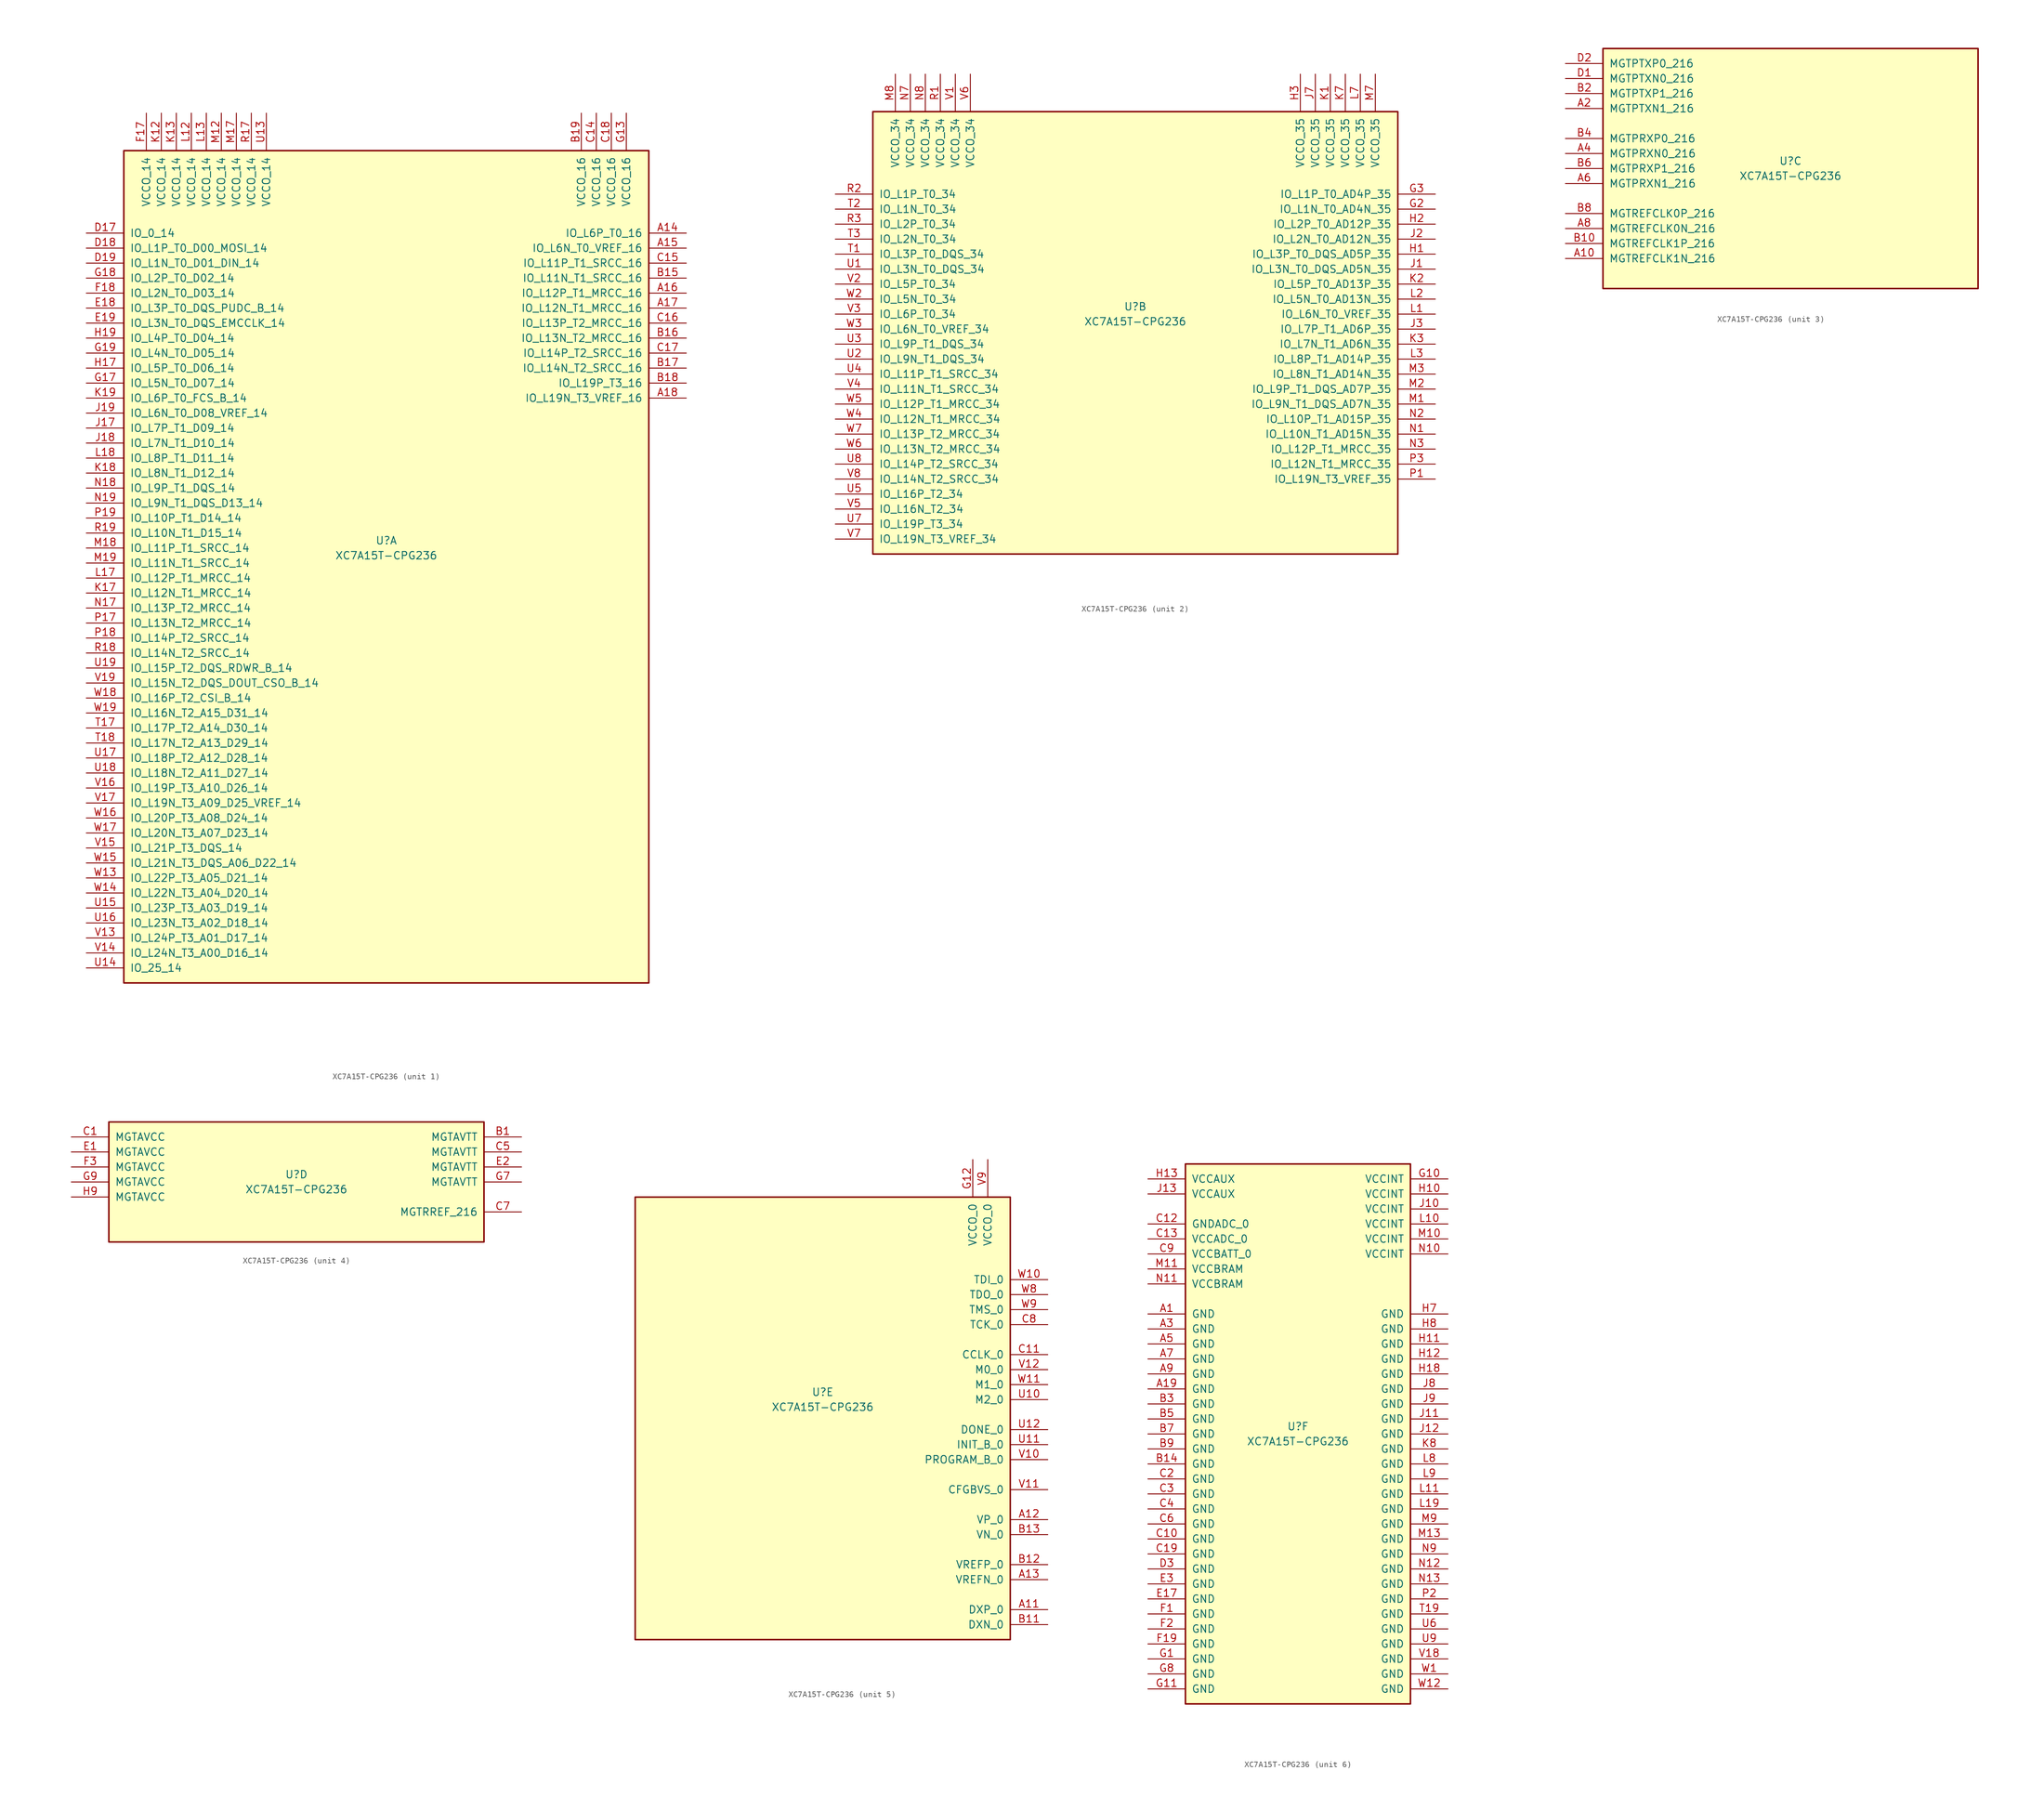
<source format=kicad_sym>
(kicad_symbol_lib
  (version 20201005)
  (generator kicad_symbol_editor)
  (symbol "FPGA_Xilinx_Artix7:XC7A15T-CPG236"
    (pin_names
      (offset 1.016))
    (property "Reference" "U"
      (at 0 1.27 0)
      (effects (font (size 1.27 1.27))))
    (property "Value" "XC7A15T-CPG236"
      (at 0 -1.27 0)
      (effects (font (size 1.27 1.27))))
    (property "Datasheet" ""
      (at 0 0 0)
      (effects (font (size 1.27 1.27))))
    (property "ki_locked" ""
      (at 0 0 0)
      (effects (font (size 1.27 1.27))))
    (symbol "XC7A15T-CPG236_1_1"
      (rectangle (start -44.45 67.31) (end 44.45 -73.66) (stroke (width 0.254)) (fill (type background)))
      (pin power_in line (at -40.64 73.66 270) (length 6.35) (name "VCCO_14" (effects (font (size 1.27 1.27)))) (number "F17" (effects (font (size 1.27 1.27)))))
      (pin power_in line (at -38.1 73.66 270) (length 6.35) (name "VCCO_14" (effects (font (size 1.27 1.27)))) (number "K12" (effects (font (size 1.27 1.27)))))
      (pin power_in line (at -35.56 73.66 270) (length 6.35) (name "VCCO_14" (effects (font (size 1.27 1.27)))) (number "K13" (effects (font (size 1.27 1.27)))))
      (pin power_in line (at -33.02 73.66 270) (length 6.35) (name "VCCO_14" (effects (font (size 1.27 1.27)))) (number "L12" (effects (font (size 1.27 1.27)))))
      (pin power_in line (at -30.48 73.66 270) (length 6.35) (name "VCCO_14" (effects (font (size 1.27 1.27)))) (number "L13" (effects (font (size 1.27 1.27)))))
      (pin power_in line (at -27.94 73.66 270) (length 6.35) (name "VCCO_14" (effects (font (size 1.27 1.27)))) (number "M12" (effects (font (size 1.27 1.27)))))
      (pin power_in line (at -25.4 73.66 270) (length 6.35) (name "VCCO_14" (effects (font (size 1.27 1.27)))) (number "M17" (effects (font (size 1.27 1.27)))))
      (pin power_in line (at -22.86 73.66 270) (length 6.35) (name "VCCO_14" (effects (font (size 1.27 1.27)))) (number "R17" (effects (font (size 1.27 1.27)))))
      (pin power_in line (at -20.32 73.66 270) (length 6.35) (name "VCCO_14" (effects (font (size 1.27 1.27)))) (number "U13" (effects (font (size 1.27 1.27)))))
      (pin bidirectional line (at -50.8 53.34 0) (length 6.35) (name "IO_0_14" (effects (font (size 1.27 1.27)))) (number "D17" (effects (font (size 1.27 1.27)))))
      (pin bidirectional line (at -50.8 50.8 0) (length 6.35) (name "IO_L1P_T0_D00_MOSI_14" (effects (font (size 1.27 1.27)))) (number "D18" (effects (font (size 1.27 1.27)))))
      (pin bidirectional line (at -50.8 48.26 0) (length 6.35) (name "IO_L1N_T0_D01_DIN_14" (effects (font (size 1.27 1.27)))) (number "D19" (effects (font (size 1.27 1.27)))))
      (pin bidirectional line (at -50.8 45.72 0) (length 6.35) (name "IO_L2P_T0_D02_14" (effects (font (size 1.27 1.27)))) (number "G18" (effects (font (size 1.27 1.27)))))
      (pin bidirectional line (at -50.8 43.18 0) (length 6.35) (name "IO_L2N_T0_D03_14" (effects (font (size 1.27 1.27)))) (number "F18" (effects (font (size 1.27 1.27)))))
      (pin bidirectional line (at -50.8 40.64 0) (length 6.35) (name "IO_L3P_T0_DQS_PUDC_B_14" (effects (font (size 1.27 1.27)))) (number "E18" (effects (font (size 1.27 1.27)))))
      (pin bidirectional line (at -50.8 38.1 0) (length 6.35) (name "IO_L3N_T0_DQS_EMCCLK_14" (effects (font (size 1.27 1.27)))) (number "E19" (effects (font (size 1.27 1.27)))))
      (pin bidirectional line (at -50.8 35.56 0) (length 6.35) (name "IO_L4P_T0_D04_14" (effects (font (size 1.27 1.27)))) (number "H19" (effects (font (size 1.27 1.27)))))
      (pin bidirectional line (at -50.8 33.02 0) (length 6.35) (name "IO_L4N_T0_D05_14" (effects (font (size 1.27 1.27)))) (number "G19" (effects (font (size 1.27 1.27)))))
      (pin bidirectional line (at -50.8 30.48 0) (length 6.35) (name "IO_L5P_T0_D06_14" (effects (font (size 1.27 1.27)))) (number "H17" (effects (font (size 1.27 1.27)))))
      (pin bidirectional line (at -50.8 27.94 0) (length 6.35) (name "IO_L5N_T0_D07_14" (effects (font (size 1.27 1.27)))) (number "G17" (effects (font (size 1.27 1.27)))))
      (pin bidirectional line (at -50.8 25.4 0) (length 6.35) (name "IO_L6P_T0_FCS_B_14" (effects (font (size 1.27 1.27)))) (number "K19" (effects (font (size 1.27 1.27)))))
      (pin bidirectional line (at -50.8 22.86 0) (length 6.35) (name "IO_L6N_T0_D08_VREF_14" (effects (font (size 1.27 1.27)))) (number "J19" (effects (font (size 1.27 1.27)))))
      (pin bidirectional line (at -50.8 20.32 0) (length 6.35) (name "IO_L7P_T1_D09_14" (effects (font (size 1.27 1.27)))) (number "J17" (effects (font (size 1.27 1.27)))))
      (pin bidirectional line (at -50.8 17.78 0) (length 6.35) (name "IO_L7N_T1_D10_14" (effects (font (size 1.27 1.27)))) (number "J18" (effects (font (size 1.27 1.27)))))
      (pin bidirectional line (at -50.8 15.24 0) (length 6.35) (name "IO_L8P_T1_D11_14" (effects (font (size 1.27 1.27)))) (number "L18" (effects (font (size 1.27 1.27)))))
      (pin bidirectional line (at -50.8 12.7 0) (length 6.35) (name "IO_L8N_T1_D12_14" (effects (font (size 1.27 1.27)))) (number "K18" (effects (font (size 1.27 1.27)))))
      (pin bidirectional line (at -50.8 10.16 0) (length 6.35) (name "IO_L9P_T1_DQS_14" (effects (font (size 1.27 1.27)))) (number "N18" (effects (font (size 1.27 1.27)))))
      (pin bidirectional line (at -50.8 7.62 0) (length 6.35) (name "IO_L9N_T1_DQS_D13_14" (effects (font (size 1.27 1.27)))) (number "N19" (effects (font (size 1.27 1.27)))))
      (pin bidirectional line (at -50.8 5.08 0) (length 6.35) (name "IO_L10P_T1_D14_14" (effects (font (size 1.27 1.27)))) (number "P19" (effects (font (size 1.27 1.27)))))
      (pin bidirectional line (at -50.8 2.54 0) (length 6.35) (name "IO_L10N_T1_D15_14" (effects (font (size 1.27 1.27)))) (number "R19" (effects (font (size 1.27 1.27)))))
      (pin bidirectional line (at -50.8 0 0) (length 6.35) (name "IO_L11P_T1_SRCC_14" (effects (font (size 1.27 1.27)))) (number "M18" (effects (font (size 1.27 1.27)))))
      (pin bidirectional line (at -50.8 -2.54 0) (length 6.35) (name "IO_L11N_T1_SRCC_14" (effects (font (size 1.27 1.27)))) (number "M19" (effects (font (size 1.27 1.27)))))
      (pin bidirectional line (at -50.8 -5.08 0) (length 6.35) (name "IO_L12P_T1_MRCC_14" (effects (font (size 1.27 1.27)))) (number "L17" (effects (font (size 1.27 1.27)))))
      (pin bidirectional line (at -50.8 -7.62 0) (length 6.35) (name "IO_L12N_T1_MRCC_14" (effects (font (size 1.27 1.27)))) (number "K17" (effects (font (size 1.27 1.27)))))
      (pin bidirectional line (at -50.8 -10.16 0) (length 6.35) (name "IO_L13P_T2_MRCC_14" (effects (font (size 1.27 1.27)))) (number "N17" (effects (font (size 1.27 1.27)))))
      (pin bidirectional line (at -50.8 -12.7 0) (length 6.35) (name "IO_L13N_T2_MRCC_14" (effects (font (size 1.27 1.27)))) (number "P17" (effects (font (size 1.27 1.27)))))
      (pin bidirectional line (at -50.8 -15.24 0) (length 6.35) (name "IO_L14P_T2_SRCC_14" (effects (font (size 1.27 1.27)))) (number "P18" (effects (font (size 1.27 1.27)))))
      (pin bidirectional line (at -50.8 -17.78 0) (length 6.35) (name "IO_L14N_T2_SRCC_14" (effects (font (size 1.27 1.27)))) (number "R18" (effects (font (size 1.27 1.27)))))
      (pin bidirectional line (at -50.8 -20.32 0) (length 6.35) (name "IO_L15P_T2_DQS_RDWR_B_14" (effects (font (size 1.27 1.27)))) (number "U19" (effects (font (size 1.27 1.27)))))
      (pin bidirectional line (at -50.8 -22.86 0) (length 6.35) (name "IO_L15N_T2_DQS_DOUT_CSO_B_14" (effects (font (size 1.27 1.27)))) (number "V19" (effects (font (size 1.27 1.27)))))
      (pin bidirectional line (at -50.8 -25.4 0) (length 6.35) (name "IO_L16P_T2_CSI_B_14" (effects (font (size 1.27 1.27)))) (number "W18" (effects (font (size 1.27 1.27)))))
      (pin bidirectional line (at -50.8 -27.94 0) (length 6.35) (name "IO_L16N_T2_A15_D31_14" (effects (font (size 1.27 1.27)))) (number "W19" (effects (font (size 1.27 1.27)))))
      (pin bidirectional line (at -50.8 -30.48 0) (length 6.35) (name "IO_L17P_T2_A14_D30_14" (effects (font (size 1.27 1.27)))) (number "T17" (effects (font (size 1.27 1.27)))))
      (pin bidirectional line (at -50.8 -33.02 0) (length 6.35) (name "IO_L17N_T2_A13_D29_14" (effects (font (size 1.27 1.27)))) (number "T18" (effects (font (size 1.27 1.27)))))
      (pin bidirectional line (at -50.8 -35.56 0) (length 6.35) (name "IO_L18P_T2_A12_D28_14" (effects (font (size 1.27 1.27)))) (number "U17" (effects (font (size 1.27 1.27)))))
      (pin bidirectional line (at -50.8 -38.1 0) (length 6.35) (name "IO_L18N_T2_A11_D27_14" (effects (font (size 1.27 1.27)))) (number "U18" (effects (font (size 1.27 1.27)))))
      (pin bidirectional line (at -50.8 -40.64 0) (length 6.35) (name "IO_L19P_T3_A10_D26_14" (effects (font (size 1.27 1.27)))) (number "V16" (effects (font (size 1.27 1.27)))))
      (pin bidirectional line (at -50.8 -43.18 0) (length 6.35) (name "IO_L19N_T3_A09_D25_VREF_14" (effects (font (size 1.27 1.27)))) (number "V17" (effects (font (size 1.27 1.27)))))
      (pin bidirectional line (at -50.8 -45.72 0) (length 6.35) (name "IO_L20P_T3_A08_D24_14" (effects (font (size 1.27 1.27)))) (number "W16" (effects (font (size 1.27 1.27)))))
      (pin bidirectional line (at -50.8 -48.26 0) (length 6.35) (name "IO_L20N_T3_A07_D23_14" (effects (font (size 1.27 1.27)))) (number "W17" (effects (font (size 1.27 1.27)))))
      (pin bidirectional line (at -50.8 -50.8 0) (length 6.35) (name "IO_L21P_T3_DQS_14" (effects (font (size 1.27 1.27)))) (number "V15" (effects (font (size 1.27 1.27)))))
      (pin bidirectional line (at -50.8 -53.34 0) (length 6.35) (name "IO_L21N_T3_DQS_A06_D22_14" (effects (font (size 1.27 1.27)))) (number "W15" (effects (font (size 1.27 1.27)))))
      (pin bidirectional line (at -50.8 -55.88 0) (length 6.35) (name "IO_L22P_T3_A05_D21_14" (effects (font (size 1.27 1.27)))) (number "W13" (effects (font (size 1.27 1.27)))))
      (pin bidirectional line (at -50.8 -58.42 0) (length 6.35) (name "IO_L22N_T3_A04_D20_14" (effects (font (size 1.27 1.27)))) (number "W14" (effects (font (size 1.27 1.27)))))
      (pin bidirectional line (at -50.8 -60.96 0) (length 6.35) (name "IO_L23P_T3_A03_D19_14" (effects (font (size 1.27 1.27)))) (number "U15" (effects (font (size 1.27 1.27)))))
      (pin bidirectional line (at -50.8 -63.5 0) (length 6.35) (name "IO_L23N_T3_A02_D18_14" (effects (font (size 1.27 1.27)))) (number "U16" (effects (font (size 1.27 1.27)))))
      (pin bidirectional line (at -50.8 -66.04 0) (length 6.35) (name "IO_L24P_T3_A01_D17_14" (effects (font (size 1.27 1.27)))) (number "V13" (effects (font (size 1.27 1.27)))))
      (pin bidirectional line (at -50.8 -68.58 0) (length 6.35) (name "IO_L24N_T3_A00_D16_14" (effects (font (size 1.27 1.27)))) (number "V14" (effects (font (size 1.27 1.27)))))
      (pin bidirectional line (at -50.8 -71.12 0) (length 6.35) (name "IO_25_14" (effects (font (size 1.27 1.27)))) (number "U14" (effects (font (size 1.27 1.27)))))
      (pin power_in line (at 33.02 73.66 270) (length 6.35) (name "VCCO_16" (effects (font (size 1.27 1.27)))) (number "B19" (effects (font (size 1.27 1.27)))))
      (pin power_in line (at 35.56 73.66 270) (length 6.35) (name "VCCO_16" (effects (font (size 1.27 1.27)))) (number "C14" (effects (font (size 1.27 1.27)))))
      (pin power_in line (at 38.1 73.66 270) (length 6.35) (name "VCCO_16" (effects (font (size 1.27 1.27)))) (number "C18" (effects (font (size 1.27 1.27)))))
      (pin power_in line (at 40.64 73.66 270) (length 6.35) (name "VCCO_16" (effects (font (size 1.27 1.27)))) (number "G13" (effects (font (size 1.27 1.27)))))
      (pin bidirectional line (at 50.8 53.34 180) (length 6.35) (name "IO_L6P_T0_16" (effects (font (size 1.27 1.27)))) (number "A14" (effects (font (size 1.27 1.27)))))
      (pin bidirectional line (at 50.8 50.8 180) (length 6.35) (name "IO_L6N_T0_VREF_16" (effects (font (size 1.27 1.27)))) (number "A15" (effects (font (size 1.27 1.27)))))
      (pin bidirectional line (at 50.8 48.26 180) (length 6.35) (name "IO_L11P_T1_SRCC_16" (effects (font (size 1.27 1.27)))) (number "C15" (effects (font (size 1.27 1.27)))))
      (pin bidirectional line (at 50.8 45.72 180) (length 6.35) (name "IO_L11N_T1_SRCC_16" (effects (font (size 1.27 1.27)))) (number "B15" (effects (font (size 1.27 1.27)))))
      (pin bidirectional line (at 50.8 43.18 180) (length 6.35) (name "IO_L12P_T1_MRCC_16" (effects (font (size 1.27 1.27)))) (number "A16" (effects (font (size 1.27 1.27)))))
      (pin bidirectional line (at 50.8 40.64 180) (length 6.35) (name "IO_L12N_T1_MRCC_16" (effects (font (size 1.27 1.27)))) (number "A17" (effects (font (size 1.27 1.27)))))
      (pin bidirectional line (at 50.8 38.1 180) (length 6.35) (name "IO_L13P_T2_MRCC_16" (effects (font (size 1.27 1.27)))) (number "C16" (effects (font (size 1.27 1.27)))))
      (pin bidirectional line (at 50.8 35.56 180) (length 6.35) (name "IO_L13N_T2_MRCC_16" (effects (font (size 1.27 1.27)))) (number "B16" (effects (font (size 1.27 1.27)))))
      (pin bidirectional line (at 50.8 33.02 180) (length 6.35) (name "IO_L14P_T2_SRCC_16" (effects (font (size 1.27 1.27)))) (number "C17" (effects (font (size 1.27 1.27)))))
      (pin bidirectional line (at 50.8 30.48 180) (length 6.35) (name "IO_L14N_T2_SRCC_16" (effects (font (size 1.27 1.27)))) (number "B17" (effects (font (size 1.27 1.27)))))
      (pin bidirectional line (at 50.8 27.94 180) (length 6.35) (name "IO_L19P_T3_16" (effects (font (size 1.27 1.27)))) (number "B18" (effects (font (size 1.27 1.27)))))
      (pin bidirectional line (at 50.8 25.4 180) (length 6.35) (name "IO_L19N_T3_VREF_16" (effects (font (size 1.27 1.27)))) (number "A18" (effects (font (size 1.27 1.27))))))
    (symbol "XC7A15T-CPG236_2_1"
      (rectangle (start -44.45 34.29) (end 44.45 -40.64) (stroke (width 0.254)) (fill (type background)))
      (pin power_in line (at -40.64 40.64 270) (length 6.35) (name "VCCO_34" (effects (font (size 1.27 1.27)))) (number "M8" (effects (font (size 1.27 1.27)))))
      (pin power_in line (at -38.1 40.64 270) (length 6.35) (name "VCCO_34" (effects (font (size 1.27 1.27)))) (number "N7" (effects (font (size 1.27 1.27)))))
      (pin power_in line (at -35.56 40.64 270) (length 6.35) (name "VCCO_34" (effects (font (size 1.27 1.27)))) (number "N8" (effects (font (size 1.27 1.27)))))
      (pin power_in line (at -33.02 40.64 270) (length 6.35) (name "VCCO_34" (effects (font (size 1.27 1.27)))) (number "R1" (effects (font (size 1.27 1.27)))))
      (pin power_in line (at -30.48 40.64 270) (length 6.35) (name "VCCO_34" (effects (font (size 1.27 1.27)))) (number "V1" (effects (font (size 1.27 1.27)))))
      (pin power_in line (at -27.94 40.64 270) (length 6.35) (name "VCCO_34" (effects (font (size 1.27 1.27)))) (number "V6" (effects (font (size 1.27 1.27)))))
      (pin bidirectional line (at -50.8 20.32 0) (length 6.35) (name "IO_L1P_T0_34" (effects (font (size 1.27 1.27)))) (number "R2" (effects (font (size 1.27 1.27)))))
      (pin bidirectional line (at -50.8 17.78 0) (length 6.35) (name "IO_L1N_T0_34" (effects (font (size 1.27 1.27)))) (number "T2" (effects (font (size 1.27 1.27)))))
      (pin bidirectional line (at -50.8 15.24 0) (length 6.35) (name "IO_L2P_T0_34" (effects (font (size 1.27 1.27)))) (number "R3" (effects (font (size 1.27 1.27)))))
      (pin bidirectional line (at -50.8 12.7 0) (length 6.35) (name "IO_L2N_T0_34" (effects (font (size 1.27 1.27)))) (number "T3" (effects (font (size 1.27 1.27)))))
      (pin bidirectional line (at -50.8 10.16 0) (length 6.35) (name "IO_L3P_T0_DQS_34" (effects (font (size 1.27 1.27)))) (number "T1" (effects (font (size 1.27 1.27)))))
      (pin bidirectional line (at -50.8 7.62 0) (length 6.35) (name "IO_L3N_T0_DQS_34" (effects (font (size 1.27 1.27)))) (number "U1" (effects (font (size 1.27 1.27)))))
      (pin bidirectional line (at -50.8 5.08 0) (length 6.35) (name "IO_L5P_T0_34" (effects (font (size 1.27 1.27)))) (number "V2" (effects (font (size 1.27 1.27)))))
      (pin bidirectional line (at -50.8 2.54 0) (length 6.35) (name "IO_L5N_T0_34" (effects (font (size 1.27 1.27)))) (number "W2" (effects (font (size 1.27 1.27)))))
      (pin bidirectional line (at -50.8 0 0) (length 6.35) (name "IO_L6P_T0_34" (effects (font (size 1.27 1.27)))) (number "V3" (effects (font (size 1.27 1.27)))))
      (pin bidirectional line (at -50.8 -2.54 0) (length 6.35) (name "IO_L6N_T0_VREF_34" (effects (font (size 1.27 1.27)))) (number "W3" (effects (font (size 1.27 1.27)))))
      (pin bidirectional line (at -50.8 -5.08 0) (length 6.35) (name "IO_L9P_T1_DQS_34" (effects (font (size 1.27 1.27)))) (number "U3" (effects (font (size 1.27 1.27)))))
      (pin bidirectional line (at -50.8 -7.62 0) (length 6.35) (name "IO_L9N_T1_DQS_34" (effects (font (size 1.27 1.27)))) (number "U2" (effects (font (size 1.27 1.27)))))
      (pin bidirectional line (at -50.8 -10.16 0) (length 6.35) (name "IO_L11P_T1_SRCC_34" (effects (font (size 1.27 1.27)))) (number "U4" (effects (font (size 1.27 1.27)))))
      (pin bidirectional line (at -50.8 -12.7 0) (length 6.35) (name "IO_L11N_T1_SRCC_34" (effects (font (size 1.27 1.27)))) (number "V4" (effects (font (size 1.27 1.27)))))
      (pin bidirectional line (at -50.8 -15.24 0) (length 6.35) (name "IO_L12P_T1_MRCC_34" (effects (font (size 1.27 1.27)))) (number "W5" (effects (font (size 1.27 1.27)))))
      (pin bidirectional line (at -50.8 -17.78 0) (length 6.35) (name "IO_L12N_T1_MRCC_34" (effects (font (size 1.27 1.27)))) (number "W4" (effects (font (size 1.27 1.27)))))
      (pin bidirectional line (at -50.8 -20.32 0) (length 6.35) (name "IO_L13P_T2_MRCC_34" (effects (font (size 1.27 1.27)))) (number "W7" (effects (font (size 1.27 1.27)))))
      (pin bidirectional line (at -50.8 -22.86 0) (length 6.35) (name "IO_L13N_T2_MRCC_34" (effects (font (size 1.27 1.27)))) (number "W6" (effects (font (size 1.27 1.27)))))
      (pin bidirectional line (at -50.8 -25.4 0) (length 6.35) (name "IO_L14P_T2_SRCC_34" (effects (font (size 1.27 1.27)))) (number "U8" (effects (font (size 1.27 1.27)))))
      (pin bidirectional line (at -50.8 -27.94 0) (length 6.35) (name "IO_L14N_T2_SRCC_34" (effects (font (size 1.27 1.27)))) (number "V8" (effects (font (size 1.27 1.27)))))
      (pin bidirectional line (at -50.8 -30.48 0) (length 6.35) (name "IO_L16P_T2_34" (effects (font (size 1.27 1.27)))) (number "U5" (effects (font (size 1.27 1.27)))))
      (pin bidirectional line (at -50.8 -33.02 0) (length 6.35) (name "IO_L16N_T2_34" (effects (font (size 1.27 1.27)))) (number "V5" (effects (font (size 1.27 1.27)))))
      (pin bidirectional line (at -50.8 -35.56 0) (length 6.35) (name "IO_L19P_T3_34" (effects (font (size 1.27 1.27)))) (number "U7" (effects (font (size 1.27 1.27)))))
      (pin bidirectional line (at -50.8 -38.1 0) (length 6.35) (name "IO_L19N_T3_VREF_34" (effects (font (size 1.27 1.27)))) (number "V7" (effects (font (size 1.27 1.27)))))
      (pin power_in line (at 27.94 40.64 270) (length 6.35) (name "VCCO_35" (effects (font (size 1.27 1.27)))) (number "H3" (effects (font (size 1.27 1.27)))))
      (pin power_in line (at 30.48 40.64 270) (length 6.35) (name "VCCO_35" (effects (font (size 1.27 1.27)))) (number "J7" (effects (font (size 1.27 1.27)))))
      (pin power_in line (at 33.02 40.64 270) (length 6.35) (name "VCCO_35" (effects (font (size 1.27 1.27)))) (number "K1" (effects (font (size 1.27 1.27)))))
      (pin power_in line (at 35.56 40.64 270) (length 6.35) (name "VCCO_35" (effects (font (size 1.27 1.27)))) (number "K7" (effects (font (size 1.27 1.27)))))
      (pin power_in line (at 38.1 40.64 270) (length 6.35) (name "VCCO_35" (effects (font (size 1.27 1.27)))) (number "L7" (effects (font (size 1.27 1.27)))))
      (pin power_in line (at 40.64 40.64 270) (length 6.35) (name "VCCO_35" (effects (font (size 1.27 1.27)))) (number "M7" (effects (font (size 1.27 1.27)))))
      (pin bidirectional line (at 50.8 20.32 180) (length 6.35) (name "IO_L1P_T0_AD4P_35" (effects (font (size 1.27 1.27)))) (number "G3" (effects (font (size 1.27 1.27)))))
      (pin bidirectional line (at 50.8 17.78 180) (length 6.35) (name "IO_L1N_T0_AD4N_35" (effects (font (size 1.27 1.27)))) (number "G2" (effects (font (size 1.27 1.27)))))
      (pin bidirectional line (at 50.8 15.24 180) (length 6.35) (name "IO_L2P_T0_AD12P_35" (effects (font (size 1.27 1.27)))) (number "H2" (effects (font (size 1.27 1.27)))))
      (pin bidirectional line (at 50.8 12.7 180) (length 6.35) (name "IO_L2N_T0_AD12N_35" (effects (font (size 1.27 1.27)))) (number "J2" (effects (font (size 1.27 1.27)))))
      (pin bidirectional line (at 50.8 10.16 180) (length 6.35) (name "IO_L3P_T0_DQS_AD5P_35" (effects (font (size 1.27 1.27)))) (number "H1" (effects (font (size 1.27 1.27)))))
      (pin bidirectional line (at 50.8 7.62 180) (length 6.35) (name "IO_L3N_T0_DQS_AD5N_35" (effects (font (size 1.27 1.27)))) (number "J1" (effects (font (size 1.27 1.27)))))
      (pin bidirectional line (at 50.8 5.08 180) (length 6.35) (name "IO_L5P_T0_AD13P_35" (effects (font (size 1.27 1.27)))) (number "K2" (effects (font (size 1.27 1.27)))))
      (pin bidirectional line (at 50.8 2.54 180) (length 6.35) (name "IO_L5N_T0_AD13N_35" (effects (font (size 1.27 1.27)))) (number "L2" (effects (font (size 1.27 1.27)))))
      (pin bidirectional line (at 50.8 0 180) (length 6.35) (name "IO_L6N_T0_VREF_35" (effects (font (size 1.27 1.27)))) (number "L1" (effects (font (size 1.27 1.27)))))
      (pin bidirectional line (at 50.8 -2.54 180) (length 6.35) (name "IO_L7P_T1_AD6P_35" (effects (font (size 1.27 1.27)))) (number "J3" (effects (font (size 1.27 1.27)))))
      (pin bidirectional line (at 50.8 -5.08 180) (length 6.35) (name "IO_L7N_T1_AD6N_35" (effects (font (size 1.27 1.27)))) (number "K3" (effects (font (size 1.27 1.27)))))
      (pin bidirectional line (at 50.8 -7.62 180) (length 6.35) (name "IO_L8P_T1_AD14P_35" (effects (font (size 1.27 1.27)))) (number "L3" (effects (font (size 1.27 1.27)))))
      (pin bidirectional line (at 50.8 -10.16 180) (length 6.35) (name "IO_L8N_T1_AD14N_35" (effects (font (size 1.27 1.27)))) (number "M3" (effects (font (size 1.27 1.27)))))
      (pin bidirectional line (at 50.8 -12.7 180) (length 6.35) (name "IO_L9P_T1_DQS_AD7P_35" (effects (font (size 1.27 1.27)))) (number "M2" (effects (font (size 1.27 1.27)))))
      (pin bidirectional line (at 50.8 -15.24 180) (length 6.35) (name "IO_L9N_T1_DQS_AD7N_35" (effects (font (size 1.27 1.27)))) (number "M1" (effects (font (size 1.27 1.27)))))
      (pin bidirectional line (at 50.8 -17.78 180) (length 6.35) (name "IO_L10P_T1_AD15P_35" (effects (font (size 1.27 1.27)))) (number "N2" (effects (font (size 1.27 1.27)))))
      (pin bidirectional line (at 50.8 -20.32 180) (length 6.35) (name "IO_L10N_T1_AD15N_35" (effects (font (size 1.27 1.27)))) (number "N1" (effects (font (size 1.27 1.27)))))
      (pin bidirectional line (at 50.8 -22.86 180) (length 6.35) (name "IO_L12P_T1_MRCC_35" (effects (font (size 1.27 1.27)))) (number "N3" (effects (font (size 1.27 1.27)))))
      (pin bidirectional line (at 50.8 -25.4 180) (length 6.35) (name "IO_L12N_T1_MRCC_35" (effects (font (size 1.27 1.27)))) (number "P3" (effects (font (size 1.27 1.27)))))
      (pin bidirectional line (at 50.8 -27.94 180) (length 6.35) (name "IO_L19N_T3_VREF_35" (effects (font (size 1.27 1.27)))) (number "P1" (effects (font (size 1.27 1.27))))))
    (symbol "XC7A15T-CPG236_3_1"
      (rectangle (start -31.75 20.32) (end 31.75 -20.32) (stroke (width 0.254)) (fill (type background)))
      (pin bidirectional line (at -38.1 17.78 0) (length 6.35) (name "MGTPTXP0_216" (effects (font (size 1.27 1.27)))) (number "D2" (effects (font (size 1.27 1.27)))))
      (pin bidirectional line (at -38.1 15.24 0) (length 6.35) (name "MGTPTXN0_216" (effects (font (size 1.27 1.27)))) (number "D1" (effects (font (size 1.27 1.27)))))
      (pin bidirectional line (at -38.1 12.7 0) (length 6.35) (name "MGTPTXP1_216" (effects (font (size 1.27 1.27)))) (number "B2" (effects (font (size 1.27 1.27)))))
      (pin bidirectional line (at -38.1 10.16 0) (length 6.35) (name "MGTPTXN1_216" (effects (font (size 1.27 1.27)))) (number "A2" (effects (font (size 1.27 1.27)))))
      (pin bidirectional line (at -38.1 5.08 0) (length 6.35) (name "MGTPRXP0_216" (effects (font (size 1.27 1.27)))) (number "B4" (effects (font (size 1.27 1.27)))))
      (pin bidirectional line (at -38.1 2.54 0) (length 6.35) (name "MGTPRXN0_216" (effects (font (size 1.27 1.27)))) (number "A4" (effects (font (size 1.27 1.27)))))
      (pin bidirectional line (at -38.1 0 0) (length 6.35) (name "MGTPRXP1_216" (effects (font (size 1.27 1.27)))) (number "B6" (effects (font (size 1.27 1.27)))))
      (pin bidirectional line (at -38.1 -2.54 0) (length 6.35) (name "MGTPRXN1_216" (effects (font (size 1.27 1.27)))) (number "A6" (effects (font (size 1.27 1.27)))))
      (pin bidirectional line (at -38.1 -7.62 0) (length 6.35) (name "MGTREFCLK0P_216" (effects (font (size 1.27 1.27)))) (number "B8" (effects (font (size 1.27 1.27)))))
      (pin bidirectional line (at -38.1 -10.16 0) (length 6.35) (name "MGTREFCLK0N_216" (effects (font (size 1.27 1.27)))) (number "A8" (effects (font (size 1.27 1.27)))))
      (pin bidirectional line (at -38.1 -12.7 0) (length 6.35) (name "MGTREFCLK1P_216" (effects (font (size 1.27 1.27)))) (number "B10" (effects (font (size 1.27 1.27)))))
      (pin bidirectional line (at -38.1 -15.24 0) (length 6.35) (name "MGTREFCLK1N_216" (effects (font (size 1.27 1.27)))) (number "A10" (effects (font (size 1.27 1.27))))))
    (symbol "XC7A15T-CPG236_4_1"
      (rectangle (start -31.75 10.16) (end 31.75 -10.16) (stroke (width 0.254)) (fill (type background)))
      (pin power_in line (at -38.1 7.62 0) (length 6.35) (name "MGTAVCC" (effects (font (size 1.27 1.27)))) (number "C1" (effects (font (size 1.27 1.27)))))
      (pin power_in line (at -38.1 5.08 0) (length 6.35) (name "MGTAVCC" (effects (font (size 1.27 1.27)))) (number "E1" (effects (font (size 1.27 1.27)))))
      (pin power_in line (at -38.1 2.54 0) (length 6.35) (name "MGTAVCC" (effects (font (size 1.27 1.27)))) (number "F3" (effects (font (size 1.27 1.27)))))
      (pin power_in line (at -38.1 0 0) (length 6.35) (name "MGTAVCC" (effects (font (size 1.27 1.27)))) (number "G9" (effects (font (size 1.27 1.27)))))
      (pin power_in line (at -38.1 -2.54 0) (length 6.35) (name "MGTAVCC" (effects (font (size 1.27 1.27)))) (number "H9" (effects (font (size 1.27 1.27)))))
      (pin power_in line (at 38.1 7.62 180) (length 6.35) (name "MGTAVTT" (effects (font (size 1.27 1.27)))) (number "B1" (effects (font (size 1.27 1.27)))))
      (pin power_in line (at 38.1 5.08 180) (length 6.35) (name "MGTAVTT" (effects (font (size 1.27 1.27)))) (number "C5" (effects (font (size 1.27 1.27)))))
      (pin power_in line (at 38.1 2.54 180) (length 6.35) (name "MGTAVTT" (effects (font (size 1.27 1.27)))) (number "E2" (effects (font (size 1.27 1.27)))))
      (pin power_in line (at 38.1 0 180) (length 6.35) (name "MGTAVTT" (effects (font (size 1.27 1.27)))) (number "G7" (effects (font (size 1.27 1.27)))))
      (pin power_in line (at 38.1 -5.08 180) (length 6.35) (name "MGTRREF_216" (effects (font (size 1.27 1.27)))) (number "C7" (effects (font (size 1.27 1.27))))))
    (symbol "XC7A15T-CPG236_5_1"
      (rectangle (start -31.75 34.29) (end 31.75 -40.64) (stroke (width 0.254)) (fill (type background)))
      (pin power_in line (at 25.4 40.64 270) (length 6.35) (name "VCCO_0" (effects (font (size 1.27 1.27)))) (number "G12" (effects (font (size 1.27 1.27)))))
      (pin power_in line (at 27.94 40.64 270) (length 6.35) (name "VCCO_0" (effects (font (size 1.27 1.27)))) (number "V9" (effects (font (size 1.27 1.27)))))
      (pin bidirectional line (at 38.1 20.32 180) (length 6.35) (name "TDI_0" (effects (font (size 1.27 1.27)))) (number "W10" (effects (font (size 1.27 1.27)))))
      (pin bidirectional line (at 38.1 17.78 180) (length 6.35) (name "TDO_0" (effects (font (size 1.27 1.27)))) (number "W8" (effects (font (size 1.27 1.27)))))
      (pin bidirectional line (at 38.1 15.24 180) (length 6.35) (name "TMS_0" (effects (font (size 1.27 1.27)))) (number "W9" (effects (font (size 1.27 1.27)))))
      (pin bidirectional line (at 38.1 12.7 180) (length 6.35) (name "TCK_0" (effects (font (size 1.27 1.27)))) (number "C8" (effects (font (size 1.27 1.27)))))
      (pin bidirectional line (at 38.1 7.62 180) (length 6.35) (name "CCLK_0" (effects (font (size 1.27 1.27)))) (number "C11" (effects (font (size 1.27 1.27)))))
      (pin bidirectional line (at 38.1 5.08 180) (length 6.35) (name "M0_0" (effects (font (size 1.27 1.27)))) (number "V12" (effects (font (size 1.27 1.27)))))
      (pin bidirectional line (at 38.1 2.54 180) (length 6.35) (name "M1_0" (effects (font (size 1.27 1.27)))) (number "W11" (effects (font (size 1.27 1.27)))))
      (pin bidirectional line (at 38.1 0 180) (length 6.35) (name "M2_0" (effects (font (size 1.27 1.27)))) (number "U10" (effects (font (size 1.27 1.27)))))
      (pin bidirectional line (at 38.1 -5.08 180) (length 6.35) (name "DONE_0" (effects (font (size 1.27 1.27)))) (number "U12" (effects (font (size 1.27 1.27)))))
      (pin bidirectional line (at 38.1 -7.62 180) (length 6.35) (name "INIT_B_0" (effects (font (size 1.27 1.27)))) (number "U11" (effects (font (size 1.27 1.27)))))
      (pin bidirectional line (at 38.1 -10.16 180) (length 6.35) (name "PROGRAM_B_0" (effects (font (size 1.27 1.27)))) (number "V10" (effects (font (size 1.27 1.27)))))
      (pin bidirectional line (at 38.1 -15.24 180) (length 6.35) (name "CFGBVS_0" (effects (font (size 1.27 1.27)))) (number "V11" (effects (font (size 1.27 1.27)))))
      (pin bidirectional line (at 38.1 -20.32 180) (length 6.35) (name "VP_0" (effects (font (size 1.27 1.27)))) (number "A12" (effects (font (size 1.27 1.27)))))
      (pin bidirectional line (at 38.1 -22.86 180) (length 6.35) (name "VN_0" (effects (font (size 1.27 1.27)))) (number "B13" (effects (font (size 1.27 1.27)))))
      (pin bidirectional line (at 38.1 -27.94 180) (length 6.35) (name "VREFP_0" (effects (font (size 1.27 1.27)))) (number "B12" (effects (font (size 1.27 1.27)))))
      (pin bidirectional line (at 38.1 -30.48 180) (length 6.35) (name "VREFN_0" (effects (font (size 1.27 1.27)))) (number "A13" (effects (font (size 1.27 1.27)))))
      (pin bidirectional line (at 38.1 -35.56 180) (length 6.35) (name "DXP_0" (effects (font (size 1.27 1.27)))) (number "A11" (effects (font (size 1.27 1.27)))))
      (pin bidirectional line (at 38.1 -38.1 180) (length 6.35) (name "DXN_0" (effects (font (size 1.27 1.27)))) (number "B11" (effects (font (size 1.27 1.27))))))
    (symbol "XC7A15T-CPG236_6_1"
      (rectangle (start -19.05 45.72) (end 19.05 -45.72) (stroke (width 0.254)) (fill (type background)))
      (pin power_in line (at -25.4 43.18 0) (length 6.35) (name "VCCAUX" (effects (font (size 1.27 1.27)))) (number "H13" (effects (font (size 1.27 1.27)))))
      (pin power_in line (at -25.4 40.64 0) (length 6.35) (name "VCCAUX" (effects (font (size 1.27 1.27)))) (number "J13" (effects (font (size 1.27 1.27)))))
      (pin power_in line (at -25.4 35.56 0) (length 6.35) (name "GNDADC_0" (effects (font (size 1.27 1.27)))) (number "C12" (effects (font (size 1.27 1.27)))))
      (pin power_in line (at -25.4 33.02 0) (length 6.35) (name "VCCADC_0" (effects (font (size 1.27 1.27)))) (number "C13" (effects (font (size 1.27 1.27)))))
      (pin power_in line (at -25.4 30.48 0) (length 6.35) (name "VCCBATT_0" (effects (font (size 1.27 1.27)))) (number "C9" (effects (font (size 1.27 1.27)))))
      (pin power_in line (at -25.4 27.94 0) (length 6.35) (name "VCCBRAM" (effects (font (size 1.27 1.27)))) (number "M11" (effects (font (size 1.27 1.27)))))
      (pin power_in line (at -25.4 25.4 0) (length 6.35) (name "VCCBRAM" (effects (font (size 1.27 1.27)))) (number "N11" (effects (font (size 1.27 1.27)))))
      (pin power_in line (at -25.4 20.32 0) (length 6.35) (name "GND" (effects (font (size 1.27 1.27)))) (number "A1" (effects (font (size 1.27 1.27)))))
      (pin power_in line (at -25.4 17.78 0) (length 6.35) (name "GND" (effects (font (size 1.27 1.27)))) (number "A3" (effects (font (size 1.27 1.27)))))
      (pin power_in line (at -25.4 15.24 0) (length 6.35) (name "GND" (effects (font (size 1.27 1.27)))) (number "A5" (effects (font (size 1.27 1.27)))))
      (pin power_in line (at -25.4 12.7 0) (length 6.35) (name "GND" (effects (font (size 1.27 1.27)))) (number "A7" (effects (font (size 1.27 1.27)))))
      (pin power_in line (at -25.4 10.16 0) (length 6.35) (name "GND" (effects (font (size 1.27 1.27)))) (number "A9" (effects (font (size 1.27 1.27)))))
      (pin power_in line (at -25.4 7.62 0) (length 6.35) (name "GND" (effects (font (size 1.27 1.27)))) (number "A19" (effects (font (size 1.27 1.27)))))
      (pin power_in line (at -25.4 5.08 0) (length 6.35) (name "GND" (effects (font (size 1.27 1.27)))) (number "B3" (effects (font (size 1.27 1.27)))))
      (pin power_in line (at -25.4 2.54 0) (length 6.35) (name "GND" (effects (font (size 1.27 1.27)))) (number "B5" (effects (font (size 1.27 1.27)))))
      (pin power_in line (at -25.4 0 0) (length 6.35) (name "GND" (effects (font (size 1.27 1.27)))) (number "B7" (effects (font (size 1.27 1.27)))))
      (pin power_in line (at -25.4 -2.54 0) (length 6.35) (name "GND" (effects (font (size 1.27 1.27)))) (number "B9" (effects (font (size 1.27 1.27)))))
      (pin power_in line (at -25.4 -5.08 0) (length 6.35) (name "GND" (effects (font (size 1.27 1.27)))) (number "B14" (effects (font (size 1.27 1.27)))))
      (pin power_in line (at -25.4 -7.62 0) (length 6.35) (name "GND" (effects (font (size 1.27 1.27)))) (number "C2" (effects (font (size 1.27 1.27)))))
      (pin power_in line (at -25.4 -10.16 0) (length 6.35) (name "GND" (effects (font (size 1.27 1.27)))) (number "C3" (effects (font (size 1.27 1.27)))))
      (pin power_in line (at -25.4 -12.7 0) (length 6.35) (name "GND" (effects (font (size 1.27 1.27)))) (number "C4" (effects (font (size 1.27 1.27)))))
      (pin power_in line (at -25.4 -15.24 0) (length 6.35) (name "GND" (effects (font (size 1.27 1.27)))) (number "C6" (effects (font (size 1.27 1.27)))))
      (pin power_in line (at -25.4 -17.78 0) (length 6.35) (name "GND" (effects (font (size 1.27 1.27)))) (number "C10" (effects (font (size 1.27 1.27)))))
      (pin power_in line (at -25.4 -20.32 0) (length 6.35) (name "GND" (effects (font (size 1.27 1.27)))) (number "C19" (effects (font (size 1.27 1.27)))))
      (pin power_in line (at -25.4 -22.86 0) (length 6.35) (name "GND" (effects (font (size 1.27 1.27)))) (number "D3" (effects (font (size 1.27 1.27)))))
      (pin power_in line (at -25.4 -25.4 0) (length 6.35) (name "GND" (effects (font (size 1.27 1.27)))) (number "E3" (effects (font (size 1.27 1.27)))))
      (pin power_in line (at -25.4 -27.94 0) (length 6.35) (name "GND" (effects (font (size 1.27 1.27)))) (number "E17" (effects (font (size 1.27 1.27)))))
      (pin power_in line (at -25.4 -30.48 0) (length 6.35) (name "GND" (effects (font (size 1.27 1.27)))) (number "F1" (effects (font (size 1.27 1.27)))))
      (pin power_in line (at -25.4 -33.02 0) (length 6.35) (name "GND" (effects (font (size 1.27 1.27)))) (number "F2" (effects (font (size 1.27 1.27)))))
      (pin power_in line (at -25.4 -35.56 0) (length 6.35) (name "GND" (effects (font (size 1.27 1.27)))) (number "F19" (effects (font (size 1.27 1.27)))))
      (pin power_in line (at -25.4 -38.1 0) (length 6.35) (name "GND" (effects (font (size 1.27 1.27)))) (number "G1" (effects (font (size 1.27 1.27)))))
      (pin power_in line (at -25.4 -40.64 0) (length 6.35) (name "GND" (effects (font (size 1.27 1.27)))) (number "G8" (effects (font (size 1.27 1.27)))))
      (pin power_in line (at -25.4 -43.18 0) (length 6.35) (name "GND" (effects (font (size 1.27 1.27)))) (number "G11" (effects (font (size 1.27 1.27)))))
      (pin power_in line (at 25.4 43.18 180) (length 6.35) (name "VCCINT" (effects (font (size 1.27 1.27)))) (number "G10" (effects (font (size 1.27 1.27)))))
      (pin power_in line (at 25.4 40.64 180) (length 6.35) (name "VCCINT" (effects (font (size 1.27 1.27)))) (number "H10" (effects (font (size 1.27 1.27)))))
      (pin power_in line (at 25.4 38.1 180) (length 6.35) (name "VCCINT" (effects (font (size 1.27 1.27)))) (number "J10" (effects (font (size 1.27 1.27)))))
      (pin power_in line (at 25.4 35.56 180) (length 6.35) (name "VCCINT" (effects (font (size 1.27 1.27)))) (number "L10" (effects (font (size 1.27 1.27)))))
      (pin power_in line (at 25.4 33.02 180) (length 6.35) (name "VCCINT" (effects (font (size 1.27 1.27)))) (number "M10" (effects (font (size 1.27 1.27)))))
      (pin power_in line (at 25.4 30.48 180) (length 6.35) (name "VCCINT" (effects (font (size 1.27 1.27)))) (number "N10" (effects (font (size 1.27 1.27)))))
      (pin power_in line (at 25.4 20.32 180) (length 6.35) (name "GND" (effects (font (size 1.27 1.27)))) (number "H7" (effects (font (size 1.27 1.27)))))
      (pin power_in line (at 25.4 17.78 180) (length 6.35) (name "GND" (effects (font (size 1.27 1.27)))) (number "H8" (effects (font (size 1.27 1.27)))))
      (pin power_in line (at 25.4 15.24 180) (length 6.35) (name "GND" (effects (font (size 1.27 1.27)))) (number "H11" (effects (font (size 1.27 1.27)))))
      (pin power_in line (at 25.4 12.7 180) (length 6.35) (name "GND" (effects (font (size 1.27 1.27)))) (number "H12" (effects (font (size 1.27 1.27)))))
      (pin power_in line (at 25.4 10.16 180) (length 6.35) (name "GND" (effects (font (size 1.27 1.27)))) (number "H18" (effects (font (size 1.27 1.27)))))
      (pin power_in line (at 25.4 7.62 180) (length 6.35) (name "GND" (effects (font (size 1.27 1.27)))) (number "J8" (effects (font (size 1.27 1.27)))))
      (pin power_in line (at 25.4 5.08 180) (length 6.35) (name "GND" (effects (font (size 1.27 1.27)))) (number "J9" (effects (font (size 1.27 1.27)))))
      (pin power_in line (at 25.4 2.54 180) (length 6.35) (name "GND" (effects (font (size 1.27 1.27)))) (number "J11" (effects (font (size 1.27 1.27)))))
      (pin power_in line (at 25.4 0 180) (length 6.35) (name "GND" (effects (font (size 1.27 1.27)))) (number "J12" (effects (font (size 1.27 1.27)))))
      (pin power_in line (at 25.4 -2.54 180) (length 6.35) (name "GND" (effects (font (size 1.27 1.27)))) (number "K8" (effects (font (size 1.27 1.27)))))
      (pin power_in line (at 25.4 -5.08 180) (length 6.35) (name "GND" (effects (font (size 1.27 1.27)))) (number "L8" (effects (font (size 1.27 1.27)))))
      (pin power_in line (at 25.4 -7.62 180) (length 6.35) (name "GND" (effects (font (size 1.27 1.27)))) (number "L9" (effects (font (size 1.27 1.27)))))
      (pin power_in line (at 25.4 -10.16 180) (length 6.35) (name "GND" (effects (font (size 1.27 1.27)))) (number "L11" (effects (font (size 1.27 1.27)))))
      (pin power_in line (at 25.4 -12.7 180) (length 6.35) (name "GND" (effects (font (size 1.27 1.27)))) (number "L19" (effects (font (size 1.27 1.27)))))
      (pin power_in line (at 25.4 -15.24 180) (length 6.35) (name "GND" (effects (font (size 1.27 1.27)))) (number "M9" (effects (font (size 1.27 1.27)))))
      (pin power_in line (at 25.4 -17.78 180) (length 6.35) (name "GND" (effects (font (size 1.27 1.27)))) (number "M13" (effects (font (size 1.27 1.27)))))
      (pin power_in line (at 25.4 -20.32 180) (length 6.35) (name "GND" (effects (font (size 1.27 1.27)))) (number "N9" (effects (font (size 1.27 1.27)))))
      (pin power_in line (at 25.4 -22.86 180) (length 6.35) (name "GND" (effects (font (size 1.27 1.27)))) (number "N12" (effects (font (size 1.27 1.27)))))
      (pin power_in line (at 25.4 -25.4 180) (length 6.35) (name "GND" (effects (font (size 1.27 1.27)))) (number "N13" (effects (font (size 1.27 1.27)))))
      (pin power_in line (at 25.4 -27.94 180) (length 6.35) (name "GND" (effects (font (size 1.27 1.27)))) (number "P2" (effects (font (size 1.27 1.27)))))
      (pin power_in line (at 25.4 -30.48 180) (length 6.35) (name "GND" (effects (font (size 1.27 1.27)))) (number "T19" (effects (font (size 1.27 1.27)))))
      (pin power_in line (at 25.4 -33.02 180) (length 6.35) (name "GND" (effects (font (size 1.27 1.27)))) (number "U6" (effects (font (size 1.27 1.27)))))
      (pin power_in line (at 25.4 -35.56 180) (length 6.35) (name "GND" (effects (font (size 1.27 1.27)))) (number "U9" (effects (font (size 1.27 1.27)))))
      (pin power_in line (at 25.4 -38.1 180) (length 6.35) (name "GND" (effects (font (size 1.27 1.27)))) (number "V18" (effects (font (size 1.27 1.27)))))
      (pin power_in line (at 25.4 -40.64 180) (length 6.35) (name "GND" (effects (font (size 1.27 1.27)))) (number "W1" (effects (font (size 1.27 1.27)))))
      (pin power_in line (at 25.4 -43.18 180) (length 6.35) (name "GND" (effects (font (size 1.27 1.27)))) (number "W12" (effects (font (size 1.27 1.27))))))))
</source>
